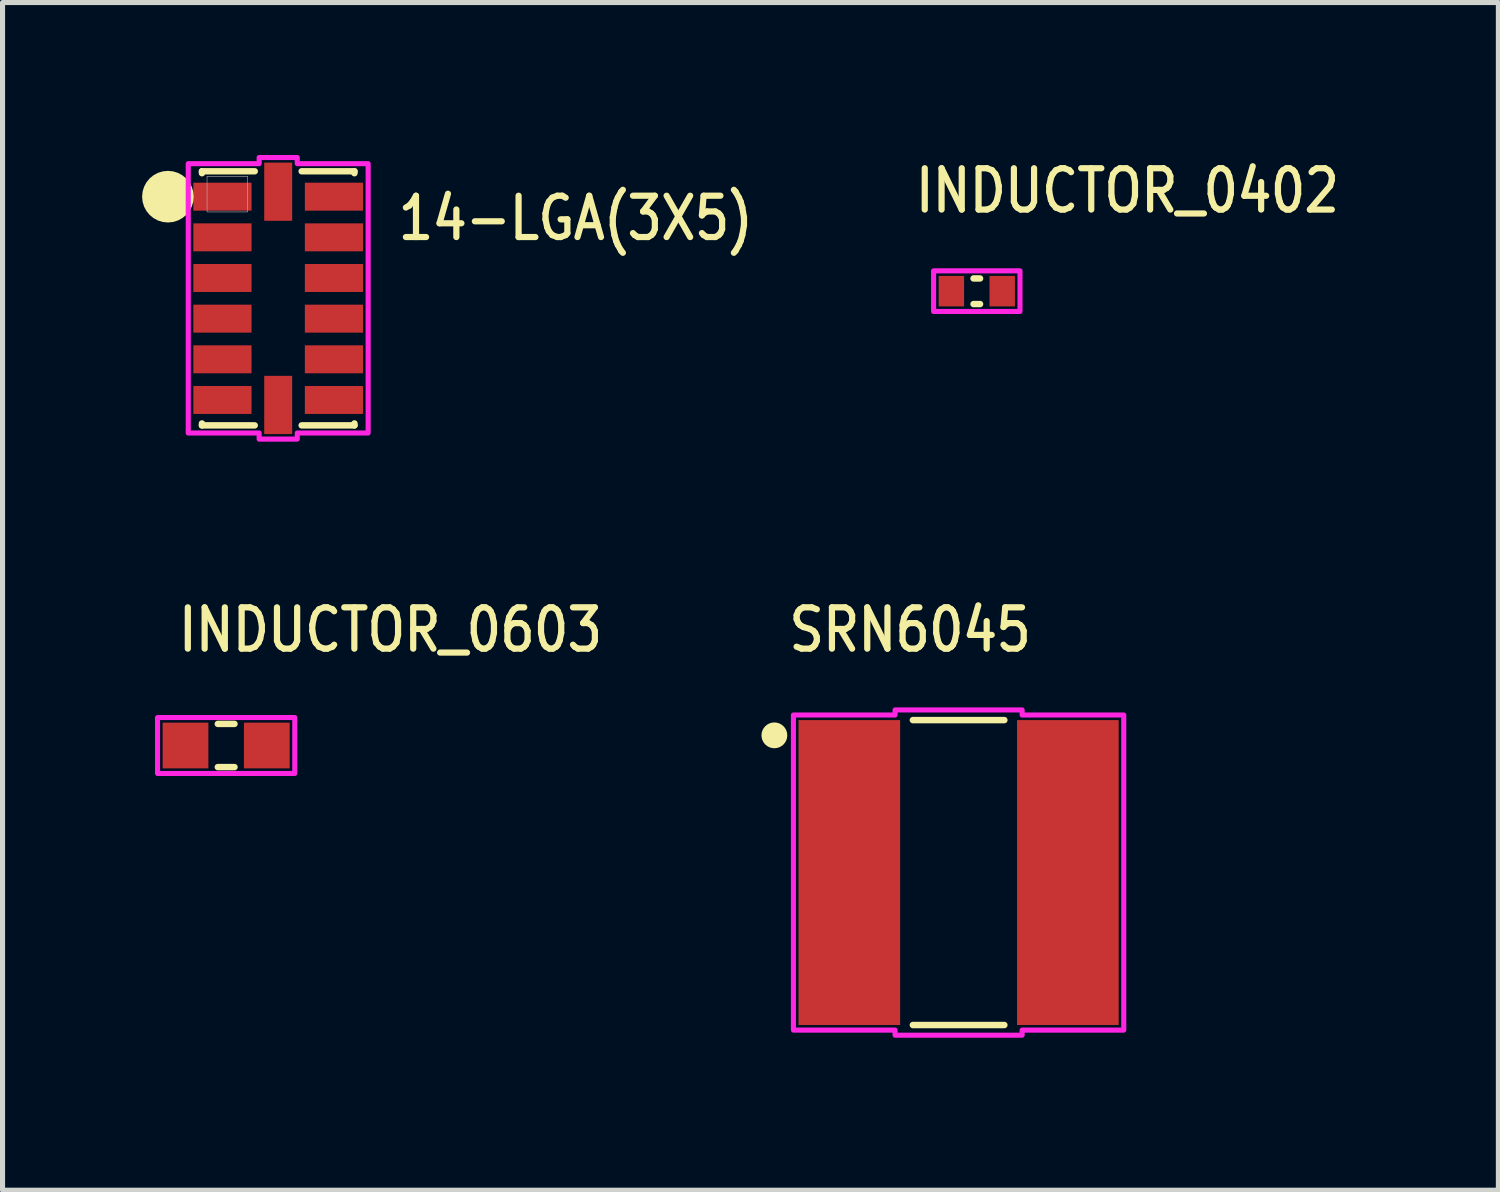
<source format=kicad_pcb>
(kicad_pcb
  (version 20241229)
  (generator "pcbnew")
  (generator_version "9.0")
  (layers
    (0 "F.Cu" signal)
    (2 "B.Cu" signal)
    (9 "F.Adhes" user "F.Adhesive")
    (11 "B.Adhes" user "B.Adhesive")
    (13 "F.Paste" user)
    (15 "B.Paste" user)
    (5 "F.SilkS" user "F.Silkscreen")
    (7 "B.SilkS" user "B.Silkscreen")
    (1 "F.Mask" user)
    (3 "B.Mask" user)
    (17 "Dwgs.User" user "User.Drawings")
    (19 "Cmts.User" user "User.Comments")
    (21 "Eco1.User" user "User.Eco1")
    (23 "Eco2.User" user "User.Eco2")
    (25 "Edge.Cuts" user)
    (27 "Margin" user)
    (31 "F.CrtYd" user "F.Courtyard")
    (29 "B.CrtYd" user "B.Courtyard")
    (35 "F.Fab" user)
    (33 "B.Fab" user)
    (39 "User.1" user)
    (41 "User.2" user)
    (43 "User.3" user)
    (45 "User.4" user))
  (footprint "INDUCTOR_0402"
    (layer "F.Cu")
    (at 16.17 2.679)
    (property "Reference" "INDUCTOR_0402" (at -1.27 -1.5 0) (unlocked yes) (layer "F.SilkS") (effects (font (size 0.813 0.695) (thickness 0.122)) (justify left bottom)))
    (fp_line (start -0.064 -0.25) (end 0.064 -0.25) (stroke (width 0.127) (type solid)) (layer "F.SilkS"))
    (fp_line (start -0.064 0.254) (end 0.064 0.254) (stroke (width 0.127) (type solid)) (layer "F.SilkS"))
    (fp_poly (pts (xy -0.85 0.4) (xy 0.85 0.4) (xy 0.85 -0.4) (xy -0.85 -0.4)) (stroke (width 0.1) (type solid)) (fill no) (layer "F.CrtYd"))
    (pad "1" smd rect (at -0.5 0) (size 0.5 0.6) (layers "F.Cu" "F.Mask" "F.Paste"))
    (pad "2" smd rect (at 0.5 0) (size 0.5 0.6) (layers "F.Cu" "F.Mask" "F.Paste")))
  (footprint "14-LGA(3X5)"
    (layer "F.Cu")
    (at 2.424 2.82)
    (property "Reference" "14-LGA(3X5)" (at 2.3 -1.1 0) (unlocked yes) (layer "F.SilkS") (effects (font (size 0.813 0.695) (thickness 0.122)) (justify left bottom)))
    (fp_line (start -1.5 -2.5) (end -1.5 -2.462) (stroke (width 0.127) (type solid)) (layer "F.SilkS"))
    (fp_line (start -1.5 2.5) (end -1.5 2.462) (stroke (width 0.127) (type solid)) (layer "F.SilkS"))
    (fp_line (start -0.462 -2.5) (end -1.5 -2.5) (stroke (width 0.127) (type solid)) (layer "F.SilkS"))
    (fp_line (start -0.462 2.5) (end -1.5 2.5) (stroke (width 0.127) (type solid)) (layer "F.SilkS"))
    (fp_line (start 0.462 -2.5) (end 1.5 -2.5) (stroke (width 0.127) (type solid)) (layer "F.SilkS"))
    (fp_line (start 0.462 2.5) (end 1.5 2.5) (stroke (width 0.127) (type solid)) (layer "F.SilkS"))
    (fp_line (start 1.5 -2.5) (end 1.5 -2.462) (stroke (width 0.127) (type solid)) (layer "F.SilkS"))
    (fp_line (start 1.5 2.5) (end 1.5 2.462) (stroke (width 0.127) (type solid)) (layer "F.SilkS"))
    (fp_circle (center -2.17 -2) (end -2.17 -2) (stroke (width 0.508) (type solid)) (fill no) (layer "F.SilkS"))
    (fp_rect (start -1.4 -1.7) (end -0.6 -2.4) (stroke (width 0.01) (type solid)) (fill no) (layer "Dwgs.User"))
    (fp_poly (pts (xy -1.77 -2.65) (xy -0.375 -2.65) (xy -0.375 -2.77) (xy 0.375 -2.77) (xy 0.375 -2.65) (xy 1.77 -2.65) (xy 1.77 2.65) (xy 0.375 2.65) (xy 0.375 2.77) (xy -0.375 2.77) (xy -0.375 2.65) (xy -1.77 2.65)) (stroke (width 0.1) (type solid)) (fill no) (layer "F.CrtYd"))
    (pad "1" smd rect (at -1.097 -2) (size 1.145 0.55) (layers "F.Cu" "F.Mask" "F.Paste"))
    (pad "2" smd rect (at -1.097 -1.2) (size 1.145 0.55) (layers "F.Cu" "F.Mask" "F.Paste"))
    (pad "3" smd rect (at -1.097 -0.4) (size 1.145 0.55) (layers "F.Cu" "F.Mask" "F.Paste"))
    (pad "4" smd rect (at -1.097 0.4) (size 1.145 0.55) (layers "F.Cu" "F.Mask" "F.Paste"))
    (pad "5" smd rect (at -1.097 1.2) (size 1.145 0.55) (layers "F.Cu" "F.Mask" "F.Paste"))
    (pad "6" smd rect (at -1.097 2) (size 1.145 0.55) (layers "F.Cu" "F.Mask" "F.Paste"))
    (pad "7" smd rect (at 0 2.098) (size 0.55 1.145) (layers "F.Cu" "F.Mask" "F.Paste"))
    (pad "8" smd rect (at 1.097 2) (size 1.145 0.55) (layers "F.Cu" "F.Mask" "F.Paste"))
    (pad "9" smd rect (at 1.097 1.2) (size 1.145 0.55) (layers "F.Cu" "F.Mask" "F.Paste"))
    (pad "10" smd rect (at 1.097 0.4) (size 1.145 0.55) (layers "F.Cu" "F.Mask" "F.Paste"))
    (pad "11" smd rect (at 1.097 -0.4) (size 1.145 0.55) (layers "F.Cu" "F.Mask" "F.Paste"))
    (pad "12" smd rect (at 1.097 -1.2) (size 1.145 0.55) (layers "F.Cu" "F.Mask" "F.Paste"))
    (pad "13" smd rect (at 1.097 -2) (size 1.145 0.55) (layers "F.Cu" "F.Mask" "F.Paste"))
    (pad "14" smd rect (at 0 -2.098) (size 0.55 1.145) (layers "F.Cu" "F.Mask" "F.Paste")))
  (footprint "SRN6045"
    (layer "F.Cu")
    (at 15.812 14.119)
    (property "Reference" "SRN6045" (at -3.4 -4.3 0) (unlocked yes) (layer "F.SilkS") (effects (font (size 0.813 0.695) (thickness 0.122)) (justify left bottom)))
    (fp_line (start -0.9 -3) (end 0.9 -3) (stroke (width 0.127) (type solid)) (layer "F.SilkS"))
    (fp_line (start -0.9 3) (end 0.9 3) (stroke (width 0.127) (type solid)) (layer "F.SilkS"))
    (fp_circle (center -3.625 -2.7) (end -3.371 -2.7) (stroke (width 0) (type solid)) (fill yes) (layer "F.SilkS"))
    (fp_poly (pts (xy -3.25 -3.1) (xy -1.25 -3.1) (xy -1.25 -3.2) (xy 1.25 -3.2) (xy 1.25 -3.1) (xy 3.25 -3.1) (xy 3.25 3.1) (xy 1.25 3.1) (xy 1.25 3.2) (xy -1.25 3.2) (xy -1.25 3.1) (xy -3.25 3.1)) (stroke (width 0.1) (type solid)) (fill no) (layer "F.CrtYd"))
    (pad "1" smd rect (at -2.15 0) (size 2 6) (layers "F.Cu" "F.Mask" "F.Paste"))
    (pad "2" smd rect (at 2.15 0) (size 2 6) (layers "F.Cu" "F.Mask" "F.Paste")))
  (footprint "INDUCTOR_0603"
    (layer "F.Cu")
    (at 1.4 11.619)
    (property "Reference" "INDUCTOR_0603" (at -1 -1.8 0) (unlocked yes) (layer "F.SilkS") (effects (font (size 0.813 0.695) (thickness 0.122)) (justify left bottom)))
    (fp_line (start -0.164 -0.425) (end 0.164 -0.425) (stroke (width 0.127) (type solid)) (layer "F.SilkS"))
    (fp_line (start -0.164 0.425) (end 0.164 0.425) (stroke (width 0.127) (type solid)) (layer "F.SilkS"))
    (fp_poly (pts (xy -1.35 -0.55) (xy 1.35 -0.55) (xy 1.35 0.55) (xy -1.35 0.55)) (stroke (width 0.1) (type solid)) (fill no) (layer "F.CrtYd"))
    (pad "1" smd rect (at -0.8 0) (size 0.9 0.9) (layers "F.Cu" "F.Mask" "F.Paste"))
    (pad "2" smd rect (at 0.8 0) (size 0.9 0.9) (layers "F.Cu" "F.Mask" "F.Paste")))
  (gr_rect
    (start -3 -3)
    (end 26.433 20.369)
    (stroke (width 0.1) (type default))
    (fill no)
    (layer "Edge.Cuts")))
</source>
